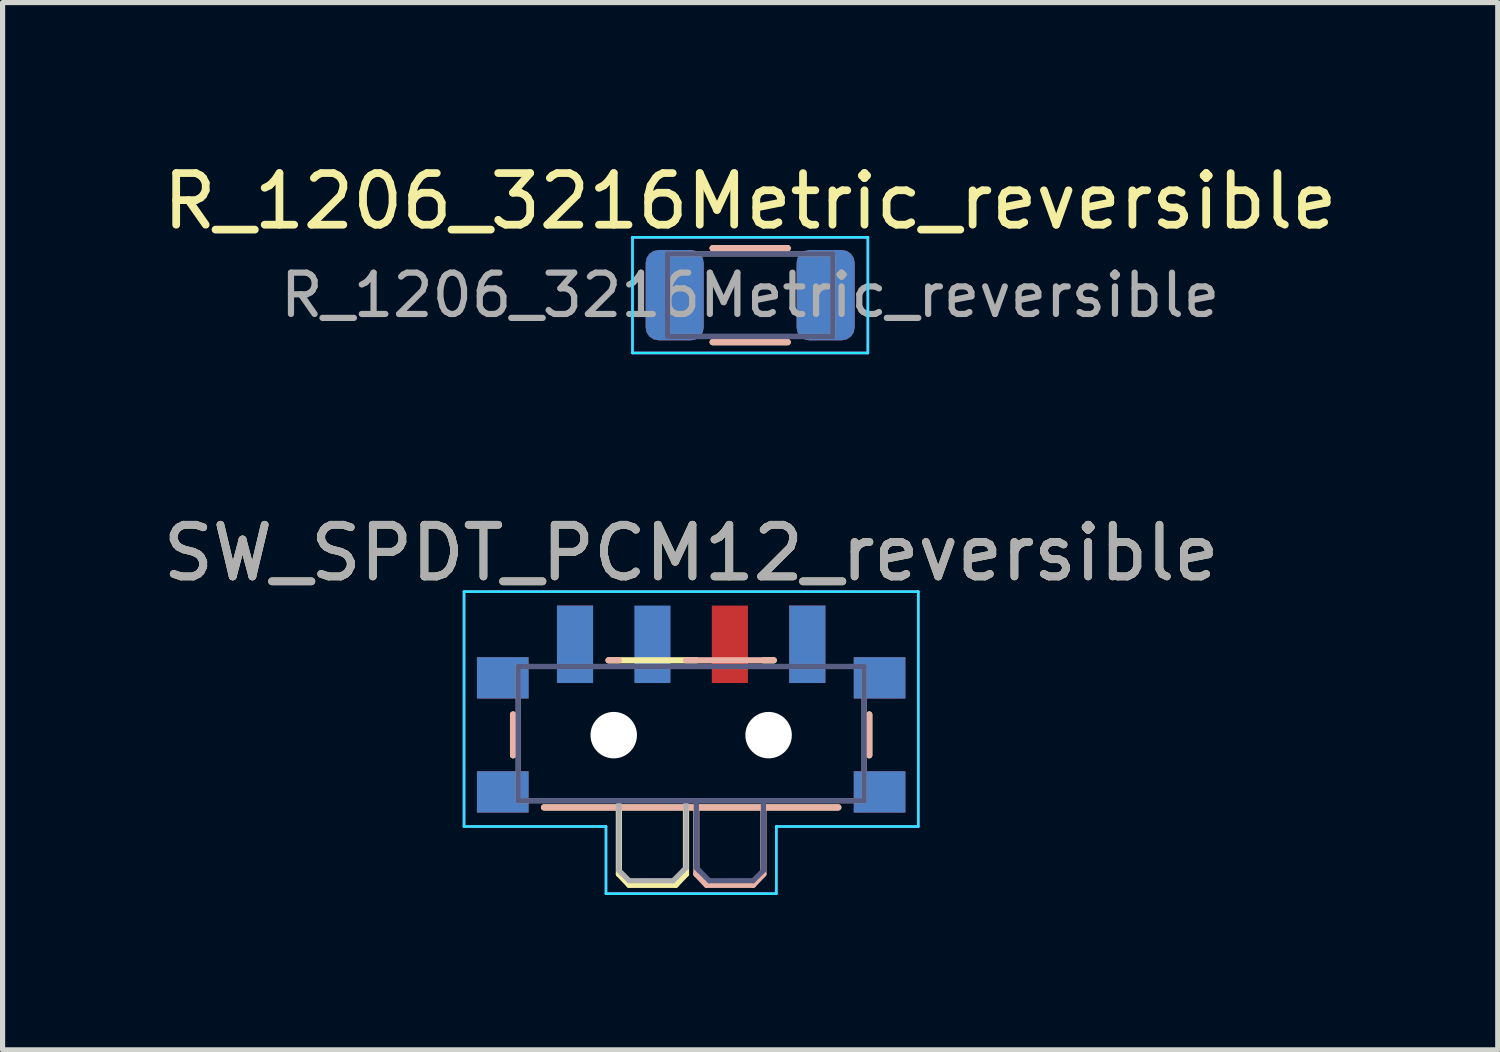
<source format=kicad_pcb>
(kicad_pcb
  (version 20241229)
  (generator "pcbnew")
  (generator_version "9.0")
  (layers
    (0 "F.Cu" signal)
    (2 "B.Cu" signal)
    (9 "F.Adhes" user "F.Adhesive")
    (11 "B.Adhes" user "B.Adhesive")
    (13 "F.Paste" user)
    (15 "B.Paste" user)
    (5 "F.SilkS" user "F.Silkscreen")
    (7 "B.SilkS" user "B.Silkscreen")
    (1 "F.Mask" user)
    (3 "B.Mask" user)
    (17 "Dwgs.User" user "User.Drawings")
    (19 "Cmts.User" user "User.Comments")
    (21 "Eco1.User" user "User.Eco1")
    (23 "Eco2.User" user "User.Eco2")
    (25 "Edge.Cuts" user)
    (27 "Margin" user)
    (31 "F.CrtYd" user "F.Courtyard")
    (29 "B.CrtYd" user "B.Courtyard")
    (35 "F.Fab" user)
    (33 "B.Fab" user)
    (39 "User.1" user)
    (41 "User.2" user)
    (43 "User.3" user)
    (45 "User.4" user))
  (footprint "SW_SPDT_PCM12_reversible"
    (layer "F.Cu")
    (at 10.339 10.861)
    (property "Reference" "SW_SPDT_PCM12_reversible" (at 0 -3.2 0) (layer "F.SilkS") (effects (font (size 1 1) (thickness 0.15))))
    (attr smd)
    (fp_line (start -3.45 -0.07) (end -3.45 0.72) (stroke (width 0.12) (type solid)) (layer "F.SilkS"))
    (fp_line (start -2.85 1.73) (end 2.85 1.73) (stroke (width 0.12) (type solid)) (layer "F.SilkS"))
    (fp_line (start -1.6 -1.12) (end 0.1 -1.12) (stroke (width 0.12) (type solid)) (layer "F.SilkS"))
    (fp_line (start -1.4 1.73) (end -1.4 3.02) (stroke (width 0.12) (type solid)) (layer "F.SilkS"))
    (fp_line (start -1.4 3.02) (end -1.2 3.23) (stroke (width 0.12) (type solid)) (layer "F.SilkS"))
    (fp_line (start -1.2 3.23) (end -0.3 3.23) (stroke (width 0.12) (type solid)) (layer "F.SilkS"))
    (fp_line (start -0.1 3.02) (end -0.3 3.23) (stroke (width 0.12) (type solid)) (layer "F.SilkS"))
    (fp_line (start -0.1 3.02) (end -0.1 1.73) (stroke (width 0.12) (type solid)) (layer "F.SilkS"))
    (fp_line (start 1.4 -1.12) (end 1.6 -1.12) (stroke (width 0.12) (type solid)) (layer "F.SilkS"))
    (fp_line (start 3.45 0.72) (end 3.45 -0.07) (stroke (width 0.12) (type solid)) (layer "F.SilkS"))
    (fp_line (start -3.45 -0.07) (end -3.45 0.72) (stroke (width 0.12) (type solid)) (layer "B.SilkS"))
    (fp_line (start -2.85 1.73) (end 2.85 1.73) (stroke (width 0.12) (type solid)) (layer "B.SilkS"))
    (fp_line (start -1.6 -1.12) (end -1.4 -1.12) (stroke (width 0.12) (type solid)) (layer "B.SilkS"))
    (fp_line (start -0.1 -1.12) (end 1.6 -1.12) (stroke (width 0.12) (type solid)) (layer "B.SilkS"))
    (fp_line (start 0.1 1.73) (end 0.1 3.02) (stroke (width 0.12) (type solid)) (layer "B.SilkS"))
    (fp_line (start 0.3 3.23) (end 0.1 3.02) (stroke (width 0.12) (type solid)) (layer "B.SilkS"))
    (fp_line (start 0.3 3.23) (end 1.2 3.23) (stroke (width 0.12) (type solid)) (layer "B.SilkS"))
    (fp_line (start 1.2 3.23) (end 1.4 3.02) (stroke (width 0.12) (type solid)) (layer "B.SilkS"))
    (fp_line (start 1.4 3.02) (end 1.4 1.73) (stroke (width 0.12) (type solid)) (layer "B.SilkS"))
    (fp_line (start 3.45 0.72) (end 3.45 -0.07) (stroke (width 0.12) (type solid)) (layer "B.SilkS"))
    (fp_line (start -4.4 -2.45) (end 4.4 -2.45) (stroke (width 0.05) (type solid)) (layer "B.CrtYd"))
    (fp_line (start -4.4 2.1) (end -4.4 -2.45) (stroke (width 0.05) (type solid)) (layer "B.CrtYd"))
    (fp_line (start -1.65 2.1) (end -4.4 2.1) (stroke (width 0.05) (type solid)) (layer "B.CrtYd"))
    (fp_line (start -1.65 3.4) (end -1.65 2.1) (stroke (width 0.05) (type solid)) (layer "B.CrtYd"))
    (fp_line (start 1.65 2.1) (end 1.65 3.4) (stroke (width 0.05) (type solid)) (layer "B.CrtYd"))
    (fp_line (start 1.65 3.4) (end -1.65 3.4) (stroke (width 0.05) (type solid)) (layer "B.CrtYd"))
    (fp_line (start 4.4 -2.45) (end 4.4 2.1) (stroke (width 0.05) (type solid)) (layer "B.CrtYd"))
    (fp_line (start 4.4 2.1) (end 1.65 2.1) (stroke (width 0.05) (type solid)) (layer "B.CrtYd"))
    (fp_line (start -4.4 -2.45) (end 4.4 -2.45) (stroke (width 0.05) (type solid)) (layer "F.CrtYd"))
    (fp_line (start -4.4 2.1) (end -4.4 -2.45) (stroke (width 0.05) (type solid)) (layer "F.CrtYd"))
    (fp_line (start -1.65 2.1) (end -4.4 2.1) (stroke (width 0.05) (type solid)) (layer "F.CrtYd"))
    (fp_line (start -1.65 3.4) (end -1.65 2.1) (stroke (width 0.05) (type solid)) (layer "F.CrtYd"))
    (fp_line (start 1.65 2.1) (end 1.65 3.4) (stroke (width 0.05) (type solid)) (layer "F.CrtYd"))
    (fp_line (start 1.65 3.4) (end -1.65 3.4) (stroke (width 0.05) (type solid)) (layer "F.CrtYd"))
    (fp_line (start 4.4 -2.45) (end 4.4 2.1) (stroke (width 0.05) (type solid)) (layer "F.CrtYd"))
    (fp_line (start 4.4 2.1) (end 1.65 2.1) (stroke (width 0.05) (type solid)) (layer "F.CrtYd"))
    (fp_line (start -3.35 -1) (end -3.35 1.6) (stroke (width 0.1) (type solid)) (layer "B.Fab"))
    (fp_line (start -3.35 1.6) (end 3.35 1.6) (stroke (width 0.1) (type solid)) (layer "B.Fab"))
    (fp_line (start 0.1 1.6) (end 0.1 2.9) (stroke (width 0.1) (type solid)) (layer "B.Fab"))
    (fp_line (start 0.1 2.9) (end 0.15 2.95) (stroke (width 0.1) (type solid)) (layer "B.Fab"))
    (fp_line (start 0.15 2.95) (end 0.35 3.15) (stroke (width 0.1) (type solid)) (layer "B.Fab"))
    (fp_line (start 0.35 3.15) (end 1.2 3.15) (stroke (width 0.1) (type solid)) (layer "B.Fab"))
    (fp_line (start 1.2 3.15) (end 1.4 2.95) (stroke (width 0.1) (type solid)) (layer "B.Fab"))
    (fp_line (start 1.4 2.95) (end 1.4 1.65) (stroke (width 0.1) (type solid)) (layer "B.Fab"))
    (fp_line (start 3.35 -1) (end -3.35 -1) (stroke (width 0.1) (type solid)) (layer "B.Fab"))
    (fp_line (start 3.35 1.6) (end 3.35 -1) (stroke (width 0.1) (type solid)) (layer "B.Fab"))
    (fp_line (start -3.35 -1) (end -3.35 1.6) (stroke (width 0.1) (type solid)) (layer "F.Fab"))
    (fp_line (start -3.35 1.6) (end 3.35 1.6) (stroke (width 0.1) (type solid)) (layer "F.Fab"))
    (fp_line (start -1.4 1.65) (end -1.4 2.95) (stroke (width 0.1) (type solid)) (layer "F.Fab"))
    (fp_line (start -1.4 2.95) (end -1.2 3.15) (stroke (width 0.1) (type solid)) (layer "F.Fab"))
    (fp_line (start -1.2 3.15) (end -0.35 3.15) (stroke (width 0.1) (type solid)) (layer "F.Fab"))
    (fp_line (start -0.35 3.15) (end -0.15 2.95) (stroke (width 0.1) (type solid)) (layer "F.Fab"))
    (fp_line (start -0.15 2.95) (end -0.1 2.9) (stroke (width 0.1) (type solid)) (layer "F.Fab"))
    (fp_line (start -0.1 2.9) (end -0.1 1.6) (stroke (width 0.1) (type solid)) (layer "F.Fab"))
    (fp_line (start 3.35 -1) (end -3.35 -1) (stroke (width 0.1) (type solid)) (layer "F.Fab"))
    (fp_line (start 3.35 1.6) (end 3.35 -1) (stroke (width 0.1) (type solid)) (layer "F.Fab"))
    (fp_text user "${REFERENCE}" (at 0 -3.2 0) (layer "F.Fab") (effects (font (size 1 1) (thickness 0.15))))
    (pad "" smd rect (at -3.65 -0.78) (size 1 0.8) (layers "F.Cu" "F.Mask" "F.Paste"))
    (pad "" smd rect (at -3.65 -0.78) (size 1 0.8) (layers "B.Cu" "B.Mask" "B.Paste"))
    (pad "" smd rect (at -3.65 1.43) (size 1 0.8) (layers "F.Cu" "F.Mask" "F.Paste"))
    (pad "" smd rect (at -3.65 1.43) (size 1 0.8) (layers "B.Cu" "B.Mask" "B.Paste"))
    (pad "" np_thru_hole circle (at -1.5 0.33) (size 0.9 0.9) (drill 0.9) (layers "*.Cu" "*.Mask"))
    (pad "" np_thru_hole circle (at 1.5 0.33) (size 0.9 0.9) (drill 0.9) (layers "*.Cu" "*.Mask"))
    (pad "" smd rect (at 3.65 -0.78) (size 1 0.8) (layers "F.Cu" "F.Mask" "F.Paste"))
    (pad "" smd rect (at 3.65 -0.78) (size 1 0.8) (layers "B.Cu" "B.Mask" "B.Paste"))
    (pad "" smd rect (at 3.65 1.43) (size 1 0.8) (layers "F.Cu" "F.Mask" "F.Paste"))
    (pad "" smd rect (at 3.65 1.43) (size 1 0.8) (layers "B.Cu" "B.Mask" "B.Paste"))
    (pad "1" smd rect (at -2.25 -1.43) (size 0.7 1.5) (layers "F.Cu" "F.Mask" "F.Paste"))
    (pad "1" smd rect (at 2.25 -1.43) (size 0.7 1.5) (layers "B.Cu" "B.Mask" "B.Paste"))
    (pad "2" smd rect (at -0.75 -1.43) (size 0.7 1.5) (layers "B.Cu" "B.Mask" "B.Paste"))
    (pad "2" smd rect (at 0.75 -1.43) (size 0.7 1.5) (layers "F.Cu" "F.Mask" "F.Paste"))
    (pad "3" smd rect (at -2.25 -1.43) (size 0.7 1.5) (layers "B.Cu" "B.Mask" "B.Paste"))
    (pad "3" smd rect (at 2.25 -1.43) (size 0.7 1.5) (layers "F.Cu" "F.Mask" "F.Paste")))
  (footprint "R_1206_3216Metric_reversible"
    (layer "F.Cu")
    (at 11.482 2.668)
    (property "Reference" "R_1206_3216Metric_reversible" (at 0 -1.82 0) (layer "F.SilkS") (effects (font (size 1 1) (thickness 0.15))))
    (attr smd)
    (fp_line (start -0.727 -0.91) (end 0.727 -0.91) (stroke (width 0.12) (type solid)) (layer "F.SilkS"))
    (fp_line (start -0.727 0.91) (end 0.727 0.91) (stroke (width 0.12) (type solid)) (layer "F.SilkS"))
    (fp_line (start 0.727 -0.91) (end -0.727 -0.91) (stroke (width 0.12) (type solid)) (layer "B.SilkS"))
    (fp_line (start 0.727 0.91) (end -0.727 0.91) (stroke (width 0.12) (type solid)) (layer "B.SilkS"))
    (fp_line (start -2.28 -1.12) (end 2.28 -1.12) (stroke (width 0.05) (type solid)) (layer "B.CrtYd"))
    (fp_line (start -2.28 1.12) (end -2.28 -1.12) (stroke (width 0.05) (type solid)) (layer "B.CrtYd"))
    (fp_line (start 2.28 -1.12) (end 2.28 1.12) (stroke (width 0.05) (type solid)) (layer "B.CrtYd"))
    (fp_line (start 2.28 1.12) (end -2.28 1.12) (stroke (width 0.05) (type solid)) (layer "B.CrtYd"))
    (fp_line (start -2.28 -1.12) (end 2.28 -1.12) (stroke (width 0.05) (type solid)) (layer "F.CrtYd"))
    (fp_line (start -2.28 1.12) (end -2.28 -1.12) (stroke (width 0.05) (type solid)) (layer "F.CrtYd"))
    (fp_line (start 2.28 -1.12) (end 2.28 1.12) (stroke (width 0.05) (type solid)) (layer "F.CrtYd"))
    (fp_line (start 2.28 1.12) (end -2.28 1.12) (stroke (width 0.05) (type solid)) (layer "F.CrtYd"))
    (fp_line (start -1.6 -0.8) (end 1.6 -0.8) (stroke (width 0.1) (type solid)) (layer "B.Fab"))
    (fp_line (start -1.6 0.8) (end -1.6 -0.8) (stroke (width 0.1) (type solid)) (layer "B.Fab"))
    (fp_line (start 1.6 -0.8) (end 1.6 0.8) (stroke (width 0.1) (type solid)) (layer "B.Fab"))
    (fp_line (start 1.6 0.8) (end -1.6 0.8) (stroke (width 0.1) (type solid)) (layer "B.Fab"))
    (fp_line (start -1.6 -0.8) (end 1.6 -0.8) (stroke (width 0.1) (type solid)) (layer "F.Fab"))
    (fp_line (start -1.6 0.8) (end -1.6 -0.8) (stroke (width 0.1) (type solid)) (layer "F.Fab"))
    (fp_line (start 1.6 -0.8) (end 1.6 0.8) (stroke (width 0.1) (type solid)) (layer "F.Fab"))
    (fp_line (start 1.6 0.8) (end -1.6 0.8) (stroke (width 0.1) (type solid)) (layer "F.Fab"))
    (fp_text user "${REFERENCE}" (at 0 0 0) (layer "F.Fab") (effects (font (size 0.8 0.8) (thickness 0.12))))
    (pad "1" smd roundrect (at -1.462 0) (size 1.125 1.75) (layers "F.Cu" "F.Mask" "F.Paste") (roundrect_rratio 0.222))
    (pad "1" smd roundrect (at -1.462 0 180) (size 1.125 1.75) (layers "B.Cu" "B.Mask" "B.Paste") (roundrect_rratio 0.222))
    (pad "2" smd roundrect (at 1.462 0) (size 1.125 1.75) (layers "F.Cu" "F.Mask" "F.Paste") (roundrect_rratio 0.222))
    (pad "2" smd roundrect (at 1.462 0 180) (size 1.125 1.75) (layers "B.Cu" "B.Mask" "B.Paste") (roundrect_rratio 0.222)))
  (gr_rect
    (start -3 -3)
    (end 25.964 17.287)
    (stroke (width 0.1) (type default))
    (fill no)
    (layer "Edge.Cuts")))
</source>
